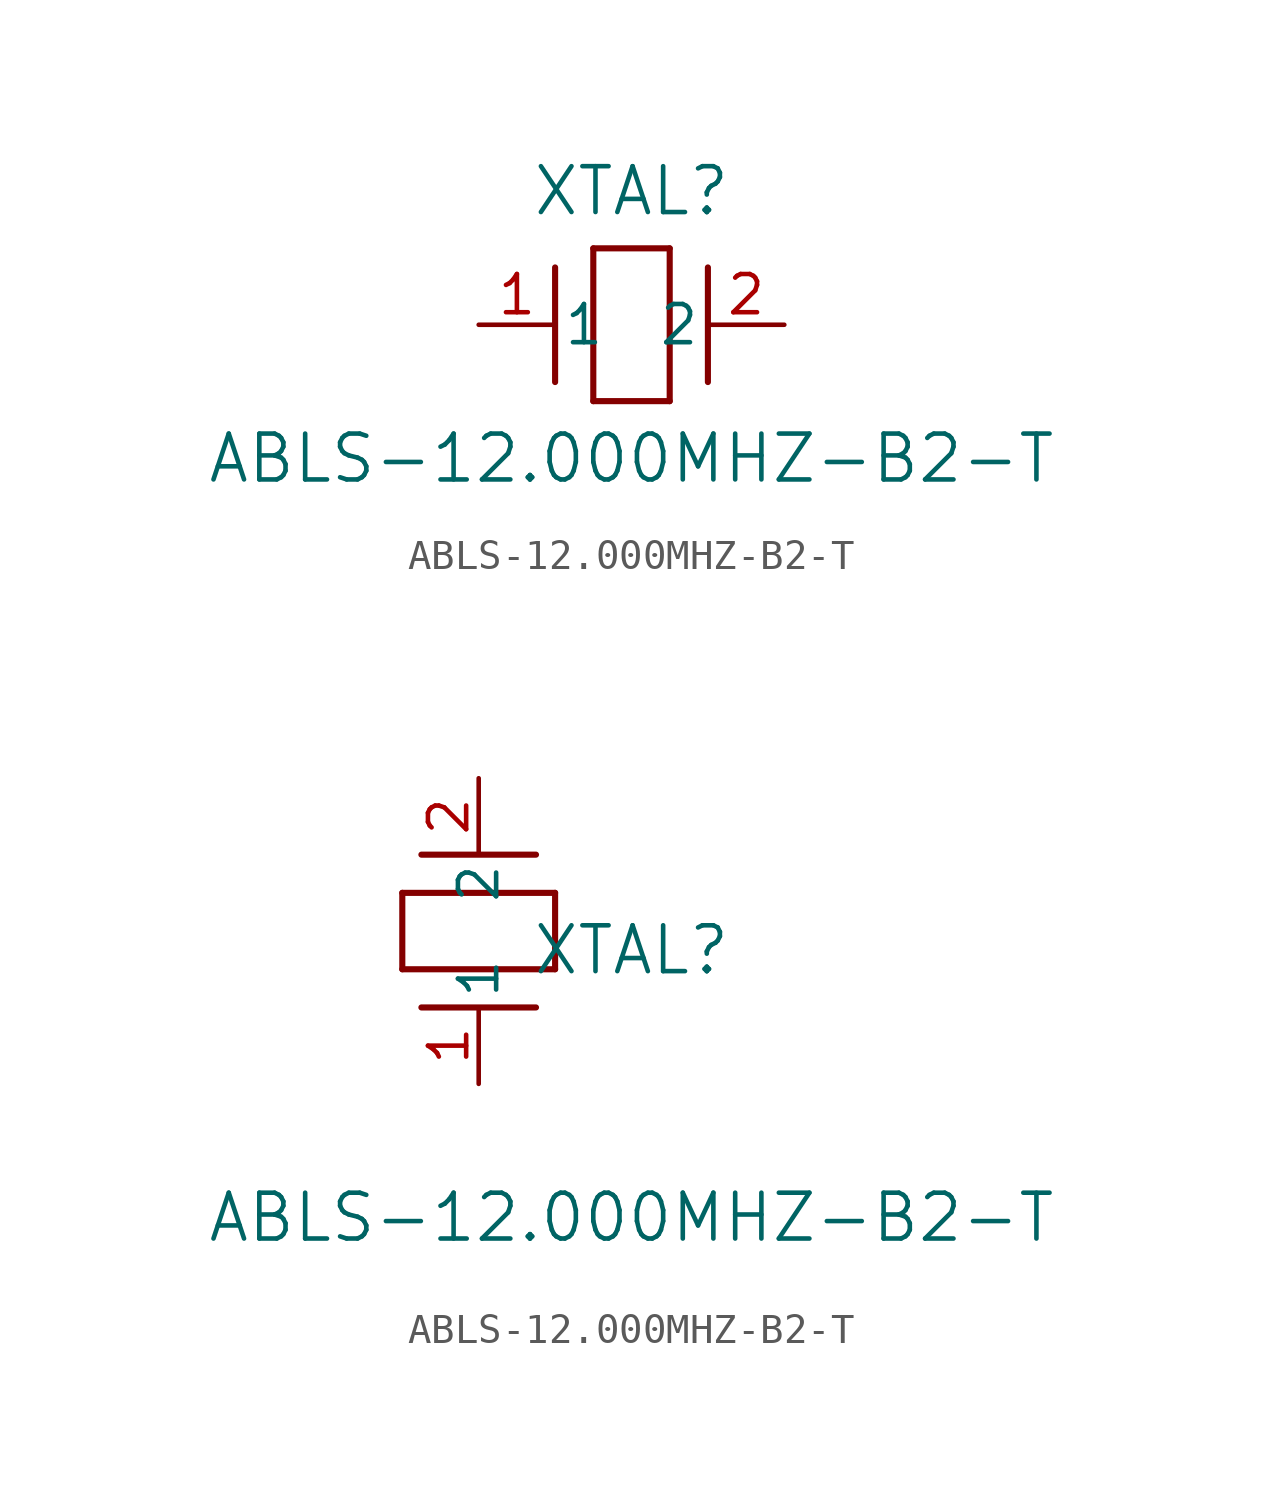
<source format=kicad_sym>
(kicad_symbol_lib
  (version 20211014)
  (generator kicad_symbol_editor)
  (symbol "ABLS-12.000MHZ-B2-T"
    (pin_names
      (offset 0.254))
    (property "Reference" "XTAL"
      (at 5.08 4.445 0)
      (effects (font (size 1.524 1.524))))
    (property "Value" "ABLS-12.000MHZ-B2-T"
      (at 5.08 -4.445 0)
      (effects (font (size 1.524 1.524))))
    (symbol "ABLS-12.000MHZ-B2-T_1_1"
      (polyline (pts (xy 2.54 -1.905) (xy 2.54 1.905)) (stroke (width 0.203) (type default) (color 0 0 0 0)) (fill (type none)))
      (polyline (pts (xy 6.35 2.54) (xy 6.35 -2.54)) (stroke (width 0.203) (type default) (color 0 0 0 0)) (fill (type none)))
      (polyline (pts (xy 7.62 -1.905) (xy 7.62 1.905)) (stroke (width 0.203) (type default) (color 0 0 0 0)) (fill (type none)))
      (polyline (pts (xy 6.35 -2.54) (xy 3.81 -2.54)) (stroke (width 0.203) (type default) (color 0 0 0 0)) (fill (type none)))
      (polyline (pts (xy 3.81 2.54) (xy 6.35 2.54)) (stroke (width 0.203) (type default) (color 0 0 0 0)) (fill (type none)))
      (polyline (pts (xy 3.81 -2.54) (xy 3.81 2.54)) (stroke (width 0.203) (type default) (color 0 0 0 0)) (fill (type none)))
      (pin unspecified line (at 0 0 0) (length 2.54) (name "1" (effects (font (size 1.27 1.27)))) (number "1" (effects (font (size 1.27 1.27)))))
      (pin unspecified line (at 10.16 0 180) (length 2.54) (name "2" (effects (font (size 1.27 1.27)))) (number "2" (effects (font (size 1.27 1.27))))))
    (symbol "ABLS-12.000MHZ-B2-T_1_2"
      (polyline (pts (xy 1.905 7.62) (xy -1.905 7.62)) (stroke (width 0.203) (type default) (color 0 0 0 0)) (fill (type none)))
      (polyline (pts (xy -2.54 3.81) (xy -2.54 6.35)) (stroke (width 0.203) (type default) (color 0 0 0 0)) (fill (type none)))
      (polyline (pts (xy 1.905 2.54) (xy -1.905 2.54)) (stroke (width 0.203) (type default) (color 0 0 0 0)) (fill (type none)))
      (polyline (pts (xy 2.54 6.35) (xy 2.54 3.81)) (stroke (width 0.203) (type default) (color 0 0 0 0)) (fill (type none)))
      (polyline (pts (xy -2.54 6.35) (xy 2.54 6.35)) (stroke (width 0.203) (type default) (color 0 0 0 0)) (fill (type none)))
      (polyline (pts (xy 2.54 3.81) (xy -2.54 3.81)) (stroke (width 0.203) (type default) (color 0 0 0 0)) (fill (type none)))
      (pin unspecified line (at 0 0 90) (length 2.54) (name "1" (effects (font (size 1.27 1.27)))) (number "1" (effects (font (size 1.27 1.27)))))
      (pin unspecified line (at 0 10.16 270) (length 2.54) (name "2" (effects (font (size 1.27 1.27)))) (number "2" (effects (font (size 1.27 1.27))))))))
</source>
